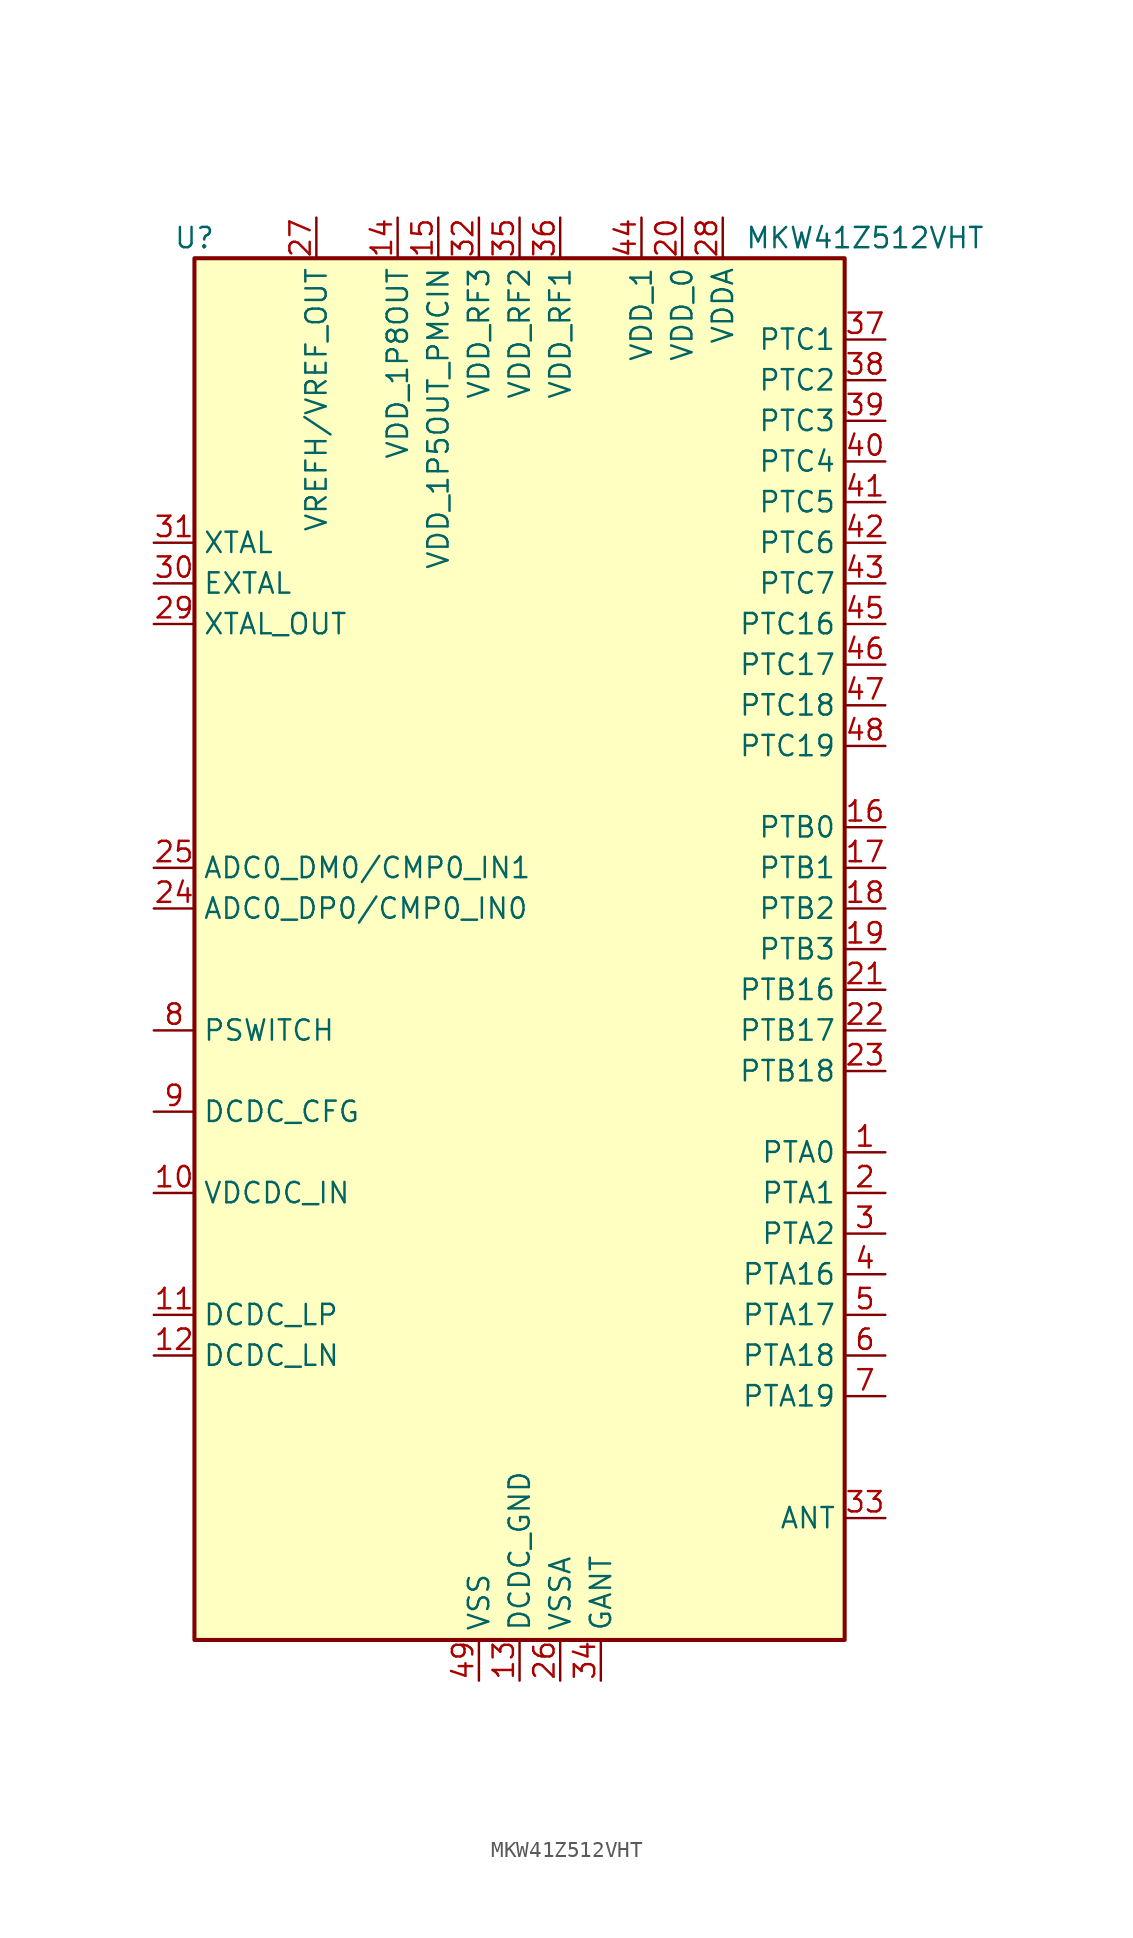
<source format=kicad_sym>
(kicad_symbol_lib
  (version 20211014)
  (generator kicad_symbol_editor)
  (symbol "MKW41Z512VHT"
    (property "Reference" "U"
      (at -20.32 44.45 0)
      (effects (font (size 1.27 1.27))))
    (property "Value" "MKW41Z512VHT"
      (at 21.59 44.45 0)
      (effects (font (size 1.27 1.27))))
    (symbol "MKW41Z512VHT_0_0"
      (pin bidirectional line (at 22.86 -12.7 180) (length 2.54) (name "PTA0" (effects (font (size 1.27 1.27)))) (number "1" (effects (font (size 1.27 1.27)))))
      (pin power_in line (at -22.86 -15.24 0) (length 2.54) (name "VDCDC_IN" (effects (font (size 1.27 1.27)))) (number "10" (effects (font (size 1.27 1.27)))))
      (pin passive line (at -22.86 -22.86 0) (length 2.54) (name "DCDC_LP" (effects (font (size 1.27 1.27)))) (number "11" (effects (font (size 1.27 1.27)))))
      (pin passive line (at -22.86 -25.4 0) (length 2.54) (name "DCDC_LN" (effects (font (size 1.27 1.27)))) (number "12" (effects (font (size 1.27 1.27)))))
      (pin power_in line (at 0 -45.72 90) (length 2.54) (name "DCDC_GND" (effects (font (size 1.27 1.27)))) (number "13" (effects (font (size 1.27 1.27)))))
      (pin power_out line (at -7.62 45.72 270) (length 2.54) (name "VDD_1P8OUT" (effects (font (size 1.27 1.27)))) (number "14" (effects (font (size 1.27 1.27)))))
      (pin power_out line (at -5.08 45.72 270) (length 2.54) (name "VDD_1P5OUT_PMCIN" (effects (font (size 1.27 1.27)))) (number "15" (effects (font (size 1.27 1.27)))))
      (pin bidirectional line (at 22.86 7.62 180) (length 2.54) (name "PTB0" (effects (font (size 1.27 1.27)))) (number "16" (effects (font (size 1.27 1.27)))))
      (pin bidirectional line (at 22.86 5.08 180) (length 2.54) (name "PTB1" (effects (font (size 1.27 1.27)))) (number "17" (effects (font (size 1.27 1.27)))))
      (pin bidirectional line (at 22.86 2.54 180) (length 2.54) (name "PTB2" (effects (font (size 1.27 1.27)))) (number "18" (effects (font (size 1.27 1.27)))))
      (pin bidirectional line (at 22.86 0 180) (length 2.54) (name "PTB3" (effects (font (size 1.27 1.27)))) (number "19" (effects (font (size 1.27 1.27)))))
      (pin bidirectional line (at 22.86 -15.24 180) (length 2.54) (name "PTA1" (effects (font (size 1.27 1.27)))) (number "2" (effects (font (size 1.27 1.27)))))
      (pin power_in line (at 10.16 45.72 270) (length 2.54) (name "VDD_0" (effects (font (size 1.27 1.27)))) (number "20" (effects (font (size 1.27 1.27)))))
      (pin bidirectional line (at 22.86 -2.54 180) (length 2.54) (name "PTB16" (effects (font (size 1.27 1.27)))) (number "21" (effects (font (size 1.27 1.27)))))
      (pin bidirectional line (at 22.86 -5.08 180) (length 2.54) (name "PTB17" (effects (font (size 1.27 1.27)))) (number "22" (effects (font (size 1.27 1.27)))))
      (pin bidirectional line (at 22.86 -7.62 180) (length 2.54) (name "PTB18" (effects (font (size 1.27 1.27)))) (number "23" (effects (font (size 1.27 1.27)))))
      (pin input line (at -22.86 2.54 0) (length 2.54) (name "ADC0_DP0/CMP0_IN0" (effects (font (size 1.27 1.27)))) (number "24" (effects (font (size 1.27 1.27)))))
      (pin input line (at -22.86 5.08 0) (length 2.54) (name "ADC0_DM0/CMP0_IN1" (effects (font (size 1.27 1.27)))) (number "25" (effects (font (size 1.27 1.27)))))
      (pin power_in line (at 2.54 -45.72 90) (length 2.54) (name "VSSA" (effects (font (size 1.27 1.27)))) (number "26" (effects (font (size 1.27 1.27)))))
      (pin bidirectional line (at -12.7 45.72 270) (length 2.54) (name "VREFH/VREF_OUT" (effects (font (size 1.27 1.27)))) (number "27" (effects (font (size 1.27 1.27)))))
      (pin power_in line (at 12.7 45.72 270) (length 2.54) (name "VDDA" (effects (font (size 1.27 1.27)))) (number "28" (effects (font (size 1.27 1.27)))))
      (pin output line (at -22.86 20.32 0) (length 2.54) (name "XTAL_OUT" (effects (font (size 1.27 1.27)))) (number "29" (effects (font (size 1.27 1.27)))))
      (pin bidirectional line (at 22.86 -17.78 180) (length 2.54) (name "PTA2" (effects (font (size 1.27 1.27)))) (number "3" (effects (font (size 1.27 1.27)))))
      (pin input line (at -22.86 22.86 0) (length 2.54) (name "EXTAL" (effects (font (size 1.27 1.27)))) (number "30" (effects (font (size 1.27 1.27)))))
      (pin input line (at -22.86 25.4 0) (length 2.54) (name "XTAL" (effects (font (size 1.27 1.27)))) (number "31" (effects (font (size 1.27 1.27)))))
      (pin power_in line (at -2.54 45.72 270) (length 2.54) (name "VDD_RF3" (effects (font (size 1.27 1.27)))) (number "32" (effects (font (size 1.27 1.27)))))
      (pin passive line (at 22.86 -35.56 180) (length 2.54) (name "ANT" (effects (font (size 1.27 1.27)))) (number "33" (effects (font (size 1.27 1.27)))))
      (pin power_in line (at 5.08 -45.72 90) (length 2.54) (name "GANT" (effects (font (size 1.27 1.27)))) (number "34" (effects (font (size 1.27 1.27)))))
      (pin power_in line (at 0 45.72 270) (length 2.54) (name "VDD_RF2" (effects (font (size 1.27 1.27)))) (number "35" (effects (font (size 1.27 1.27)))))
      (pin power_in line (at 2.54 45.72 270) (length 2.54) (name "VDD_RF1" (effects (font (size 1.27 1.27)))) (number "36" (effects (font (size 1.27 1.27)))))
      (pin bidirectional line (at 22.86 38.1 180) (length 2.54) (name "PTC1" (effects (font (size 1.27 1.27)))) (number "37" (effects (font (size 1.27 1.27)))))
      (pin bidirectional line (at 22.86 35.56 180) (length 2.54) (name "PTC2" (effects (font (size 1.27 1.27)))) (number "38" (effects (font (size 1.27 1.27)))))
      (pin bidirectional line (at 22.86 33.02 180) (length 2.54) (name "PTC3" (effects (font (size 1.27 1.27)))) (number "39" (effects (font (size 1.27 1.27)))))
      (pin bidirectional line (at 22.86 -20.32 180) (length 2.54) (name "PTA16" (effects (font (size 1.27 1.27)))) (number "4" (effects (font (size 1.27 1.27)))))
      (pin bidirectional line (at 22.86 30.48 180) (length 2.54) (name "PTC4" (effects (font (size 1.27 1.27)))) (number "40" (effects (font (size 1.27 1.27)))))
      (pin bidirectional line (at 22.86 27.94 180) (length 2.54) (name "PTC5" (effects (font (size 1.27 1.27)))) (number "41" (effects (font (size 1.27 1.27)))))
      (pin bidirectional line (at 22.86 25.4 180) (length 2.54) (name "PTC6" (effects (font (size 1.27 1.27)))) (number "42" (effects (font (size 1.27 1.27)))))
      (pin bidirectional line (at 22.86 22.86 180) (length 2.54) (name "PTC7" (effects (font (size 1.27 1.27)))) (number "43" (effects (font (size 1.27 1.27)))))
      (pin power_in line (at 7.62 45.72 270) (length 2.54) (name "VDD_1" (effects (font (size 1.27 1.27)))) (number "44" (effects (font (size 1.27 1.27)))))
      (pin bidirectional line (at 22.86 20.32 180) (length 2.54) (name "PTC16" (effects (font (size 1.27 1.27)))) (number "45" (effects (font (size 1.27 1.27)))))
      (pin bidirectional line (at 22.86 17.78 180) (length 2.54) (name "PTC17" (effects (font (size 1.27 1.27)))) (number "46" (effects (font (size 1.27 1.27)))))
      (pin bidirectional line (at 22.86 15.24 180) (length 2.54) (name "PTC18" (effects (font (size 1.27 1.27)))) (number "47" (effects (font (size 1.27 1.27)))))
      (pin bidirectional line (at 22.86 12.7 180) (length 2.54) (name "PTC19" (effects (font (size 1.27 1.27)))) (number "48" (effects (font (size 1.27 1.27)))))
      (pin power_in line (at -2.54 -45.72 90) (length 2.54) (name "VSS" (effects (font (size 1.27 1.27)))) (number "49" (effects (font (size 1.27 1.27)))))
      (pin bidirectional line (at 22.86 -22.86 180) (length 2.54) (name "PTA17" (effects (font (size 1.27 1.27)))) (number "5" (effects (font (size 1.27 1.27)))))
      (pin bidirectional line (at 22.86 -25.4 180) (length 2.54) (name "PTA18" (effects (font (size 1.27 1.27)))) (number "6" (effects (font (size 1.27 1.27)))))
      (pin bidirectional line (at 22.86 -27.94 180) (length 2.54) (name "PTA19" (effects (font (size 1.27 1.27)))) (number "7" (effects (font (size 1.27 1.27)))))
      (pin input line (at -22.86 -5.08 0) (length 2.54) (name "PSWITCH" (effects (font (size 1.27 1.27)))) (number "8" (effects (font (size 1.27 1.27)))))
      (pin input line (at -22.86 -10.16 0) (length 2.54) (name "DCDC_CFG" (effects (font (size 1.27 1.27)))) (number "9" (effects (font (size 1.27 1.27))))))
    (symbol "MKW41Z512VHT_0_1"
      (rectangle (start -20.32 -43.18) (end 20.32 43.18) (stroke (width 0.254) (type default) (color 0 0 0 0)) (fill (type background))))))
</source>
